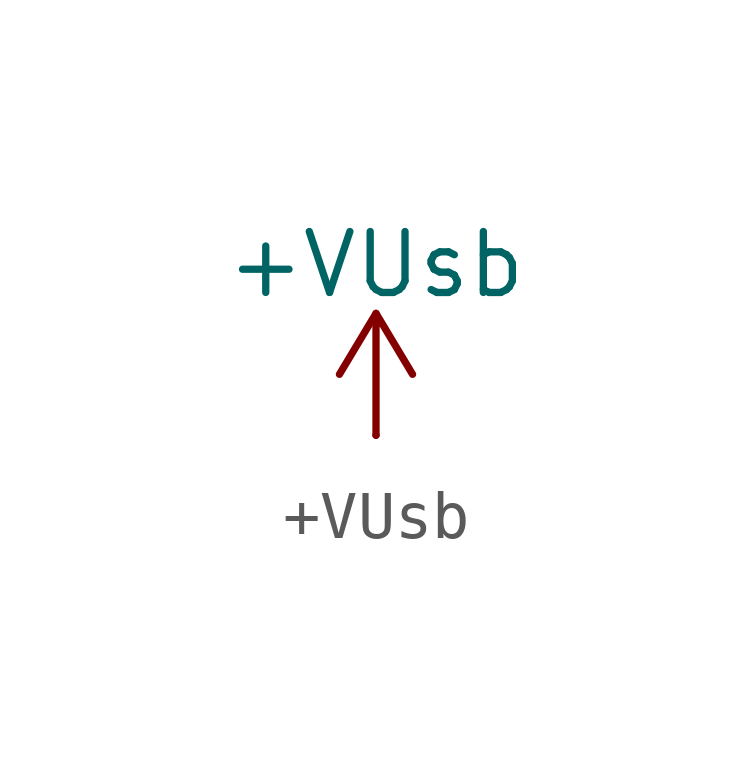
<source format=kicad_sym>
(kicad_symbol_lib
  (version 20241209)
  (generator "kicad_symbol_editor")
  (generator_version "9.0")
  (symbol "+VUsb"
    (power)
    (pin_numbers
      (hide yes))
    (pin_names
      (offset 0)
      (hide yes))
    (property "Reference" "#PWR"
      (at 0 -1.778 0)
      (effects (font (size 1.27 1.27)) (hide yes)))
    (property "Value" "+VUsb"
      (at 0 3.556 0)
      (effects (font (size 1.27 1.27))))
    (symbol "+VUsb_0_1"
      (polyline (pts (xy -0.762 1.27) (xy 0 2.54)) (stroke (width 0) (type default)) (fill (type none)))
      (polyline (pts (xy 0 0) (xy 0 2.54) (xy 0.762 1.27)) (stroke (width 0) (type default)) (fill (type none))))
    (symbol "+VUsb_1_1"
      (pin power_in line (at 0 0 90) (length 0) (name "~" (effects (font (size 1.27 1.27)))) (number "1" (effects (font (size 1.27 1.27))))))))
</source>
